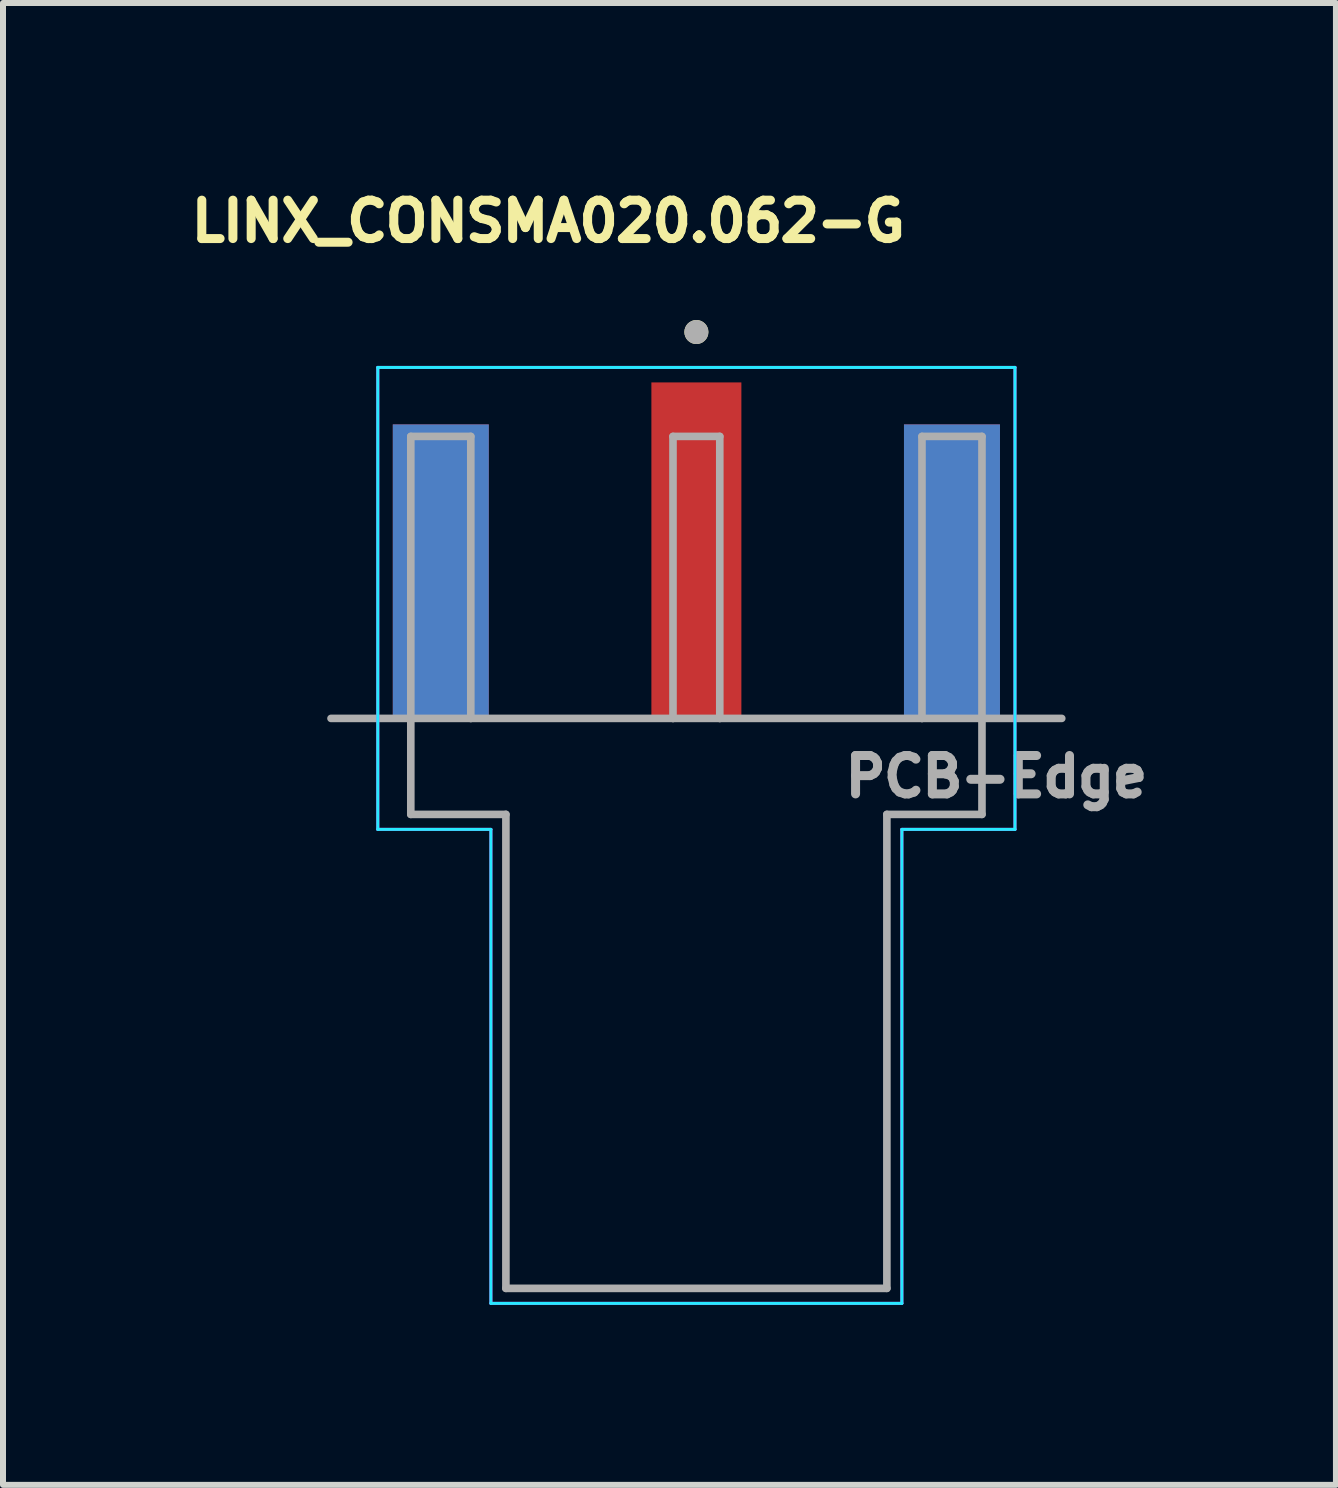
<source format=kicad_pcb>
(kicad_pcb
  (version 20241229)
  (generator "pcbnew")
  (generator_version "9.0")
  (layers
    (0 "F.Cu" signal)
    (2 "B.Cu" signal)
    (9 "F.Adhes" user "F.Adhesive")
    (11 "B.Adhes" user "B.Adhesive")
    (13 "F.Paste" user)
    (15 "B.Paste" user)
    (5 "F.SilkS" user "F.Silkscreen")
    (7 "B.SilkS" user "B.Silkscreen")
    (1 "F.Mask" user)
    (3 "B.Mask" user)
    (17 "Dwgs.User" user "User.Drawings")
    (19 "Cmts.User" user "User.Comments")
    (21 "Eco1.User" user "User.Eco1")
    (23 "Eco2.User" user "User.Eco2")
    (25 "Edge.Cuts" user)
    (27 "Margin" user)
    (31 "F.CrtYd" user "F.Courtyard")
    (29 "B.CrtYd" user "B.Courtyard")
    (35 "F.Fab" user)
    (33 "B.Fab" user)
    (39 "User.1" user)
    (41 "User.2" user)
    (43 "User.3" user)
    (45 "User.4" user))
  (footprint "LINX_CONSMA020.062-G"
    (layer "F.Cu")
    (at 8.557 8.924)
    (property "Reference" "LINX_CONSMA020.062-G" (at -2.468 -8.286 0) (layer "F.SilkS") (effects (font (size 0.64 0.64) (thickness 0.15))))
    (attr through_hole)
    (fp_circle (center 0 -6.44) (end 0.1 -6.44) (stroke (width 0.2) (type solid)) (fill no) (layer "F.SilkS"))
    (fp_line (start -5.31 -5.85) (end -5.31 1.85) (stroke (width 0.05) (type solid)) (layer "B.CrtYd"))
    (fp_line (start -5.31 1.85) (end -3.425 1.85) (stroke (width 0.05) (type solid)) (layer "B.CrtYd"))
    (fp_line (start -3.425 1.85) (end -3.425 9.75) (stroke (width 0.05) (type solid)) (layer "B.CrtYd"))
    (fp_line (start -3.425 9.75) (end 3.425 9.75) (stroke (width 0.05) (type solid)) (layer "B.CrtYd"))
    (fp_line (start 3.425 1.85) (end 3.425 9.75) (stroke (width 0.05) (type solid)) (layer "B.CrtYd"))
    (fp_line (start 5.31 -5.85) (end -5.31 -5.85) (stroke (width 0.05) (type solid)) (layer "B.CrtYd"))
    (fp_line (start 5.31 1.85) (end 3.425 1.85) (stroke (width 0.05) (type solid)) (layer "B.CrtYd"))
    (fp_line (start 5.31 1.85) (end 5.31 -5.85) (stroke (width 0.05) (type solid)) (layer "B.CrtYd"))
    (fp_line (start -5.31 -5.85) (end -5.31 1.85) (stroke (width 0.05) (type solid)) (layer "F.CrtYd"))
    (fp_line (start -5.31 1.85) (end -3.425 1.85) (stroke (width 0.05) (type solid)) (layer "F.CrtYd"))
    (fp_line (start -3.425 1.85) (end -3.425 9.75) (stroke (width 0.05) (type solid)) (layer "F.CrtYd"))
    (fp_line (start -3.425 9.75) (end 3.425 9.75) (stroke (width 0.05) (type solid)) (layer "F.CrtYd"))
    (fp_line (start 3.425 1.85) (end 3.425 9.75) (stroke (width 0.05) (type solid)) (layer "F.CrtYd"))
    (fp_line (start 5.31 -5.85) (end -5.31 -5.85) (stroke (width 0.05) (type solid)) (layer "F.CrtYd"))
    (fp_line (start 5.31 1.85) (end 3.425 1.85) (stroke (width 0.05) (type solid)) (layer "F.CrtYd"))
    (fp_line (start 5.31 1.85) (end 5.31 -5.85) (stroke (width 0.05) (type solid)) (layer "F.CrtYd"))
    (fp_line (start -6.09 0) (end -4.76 0) (stroke (width 0.127) (type solid)) (layer "F.Fab"))
    (fp_line (start -4.76 -4.7) (end -4.76 0) (stroke (width 0.127) (type solid)) (layer "F.Fab"))
    (fp_line (start -4.76 0) (end -3.76 0) (stroke (width 0.127) (type solid)) (layer "F.Fab"))
    (fp_line (start -4.76 1.6) (end -4.76 0) (stroke (width 0.127) (type solid)) (layer "F.Fab"))
    (fp_line (start -3.76 -4.7) (end -4.76 -4.7) (stroke (width 0.127) (type solid)) (layer "F.Fab"))
    (fp_line (start -3.76 0) (end -3.76 -4.7) (stroke (width 0.127) (type solid)) (layer "F.Fab"))
    (fp_line (start -3.76 0) (end -0.39 0) (stroke (width 0.127) (type solid)) (layer "F.Fab"))
    (fp_line (start -3.175 1.6) (end -4.76 1.6) (stroke (width 0.127) (type solid)) (layer "F.Fab"))
    (fp_line (start -3.175 1.6) (end -3.175 9.5) (stroke (width 0.127) (type solid)) (layer "F.Fab"))
    (fp_line (start -3.175 9.5) (end 3.175 9.5) (stroke (width 0.127) (type solid)) (layer "F.Fab"))
    (fp_line (start -0.39 -4.7) (end 0.39 -4.7) (stroke (width 0.127) (type solid)) (layer "F.Fab"))
    (fp_line (start -0.39 0) (end -0.39 -4.7) (stroke (width 0.127) (type solid)) (layer "F.Fab"))
    (fp_line (start -0.39 0) (end 0.39 0) (stroke (width 0.127) (type solid)) (layer "F.Fab"))
    (fp_line (start 0.39 -4.7) (end 0.39 0) (stroke (width 0.127) (type solid)) (layer "F.Fab"))
    (fp_line (start 0.39 0) (end 3.76 0) (stroke (width 0.127) (type solid)) (layer "F.Fab"))
    (fp_line (start 3.175 9.5) (end 3.175 1.6) (stroke (width 0.127) (type solid)) (layer "F.Fab"))
    (fp_line (start 3.76 -4.7) (end 4.76 -4.7) (stroke (width 0.127) (type solid)) (layer "F.Fab"))
    (fp_line (start 3.76 0) (end 3.76 -4.7) (stroke (width 0.127) (type solid)) (layer "F.Fab"))
    (fp_line (start 3.76 0) (end 4.76 0) (stroke (width 0.127) (type solid)) (layer "F.Fab"))
    (fp_line (start 4.76 -4.7) (end 4.76 0) (stroke (width 0.127) (type solid)) (layer "F.Fab"))
    (fp_line (start 4.76 0) (end 4.76 1.6) (stroke (width 0.127) (type solid)) (layer "F.Fab"))
    (fp_line (start 4.76 0) (end 6.09 0) (stroke (width 0.127) (type solid)) (layer "F.Fab"))
    (fp_line (start 4.76 1.6) (end 3.175 1.6) (stroke (width 0.127) (type solid)) (layer "F.Fab"))
    (fp_circle (center 0 -6.44) (end 0.1 -6.44) (stroke (width 0.2) (type solid)) (fill no) (layer "F.Fab"))
    (fp_text user "PCB-Edge" (at 5 0.97 0) (layer "F.Fab") (effects (font (size 0.64 0.64) (thickness 0.15))))
    (pad "1" smd rect (at 0 -2.8) (size 1.5 5.6) (layers "F.Cu" "F.Mask" "F.Paste"))
    (pad "S1" smd rect (at -4.26 -2.45) (size 1.6 4.9) (layers "F.Cu" "F.Mask" "F.Paste"))
    (pad "S2" smd rect (at 4.26 -2.45) (size 1.6 4.9) (layers "F.Cu" "F.Mask" "F.Paste"))
    (pad "S3" smd rect (at -4.26 -2.45) (size 1.6 4.9) (layers "B.Cu" "B.Mask" "B.Paste"))
    (pad "S4" smd rect (at 4.26 -2.45) (size 1.6 4.9) (layers "B.Cu" "B.Mask" "B.Paste")))
  (gr_rect
    (start -3 -3)
    (end 19.217 21.699)
    (stroke (width 0.1) (type default))
    (fill no)
    (layer "Edge.Cuts")))
</source>
